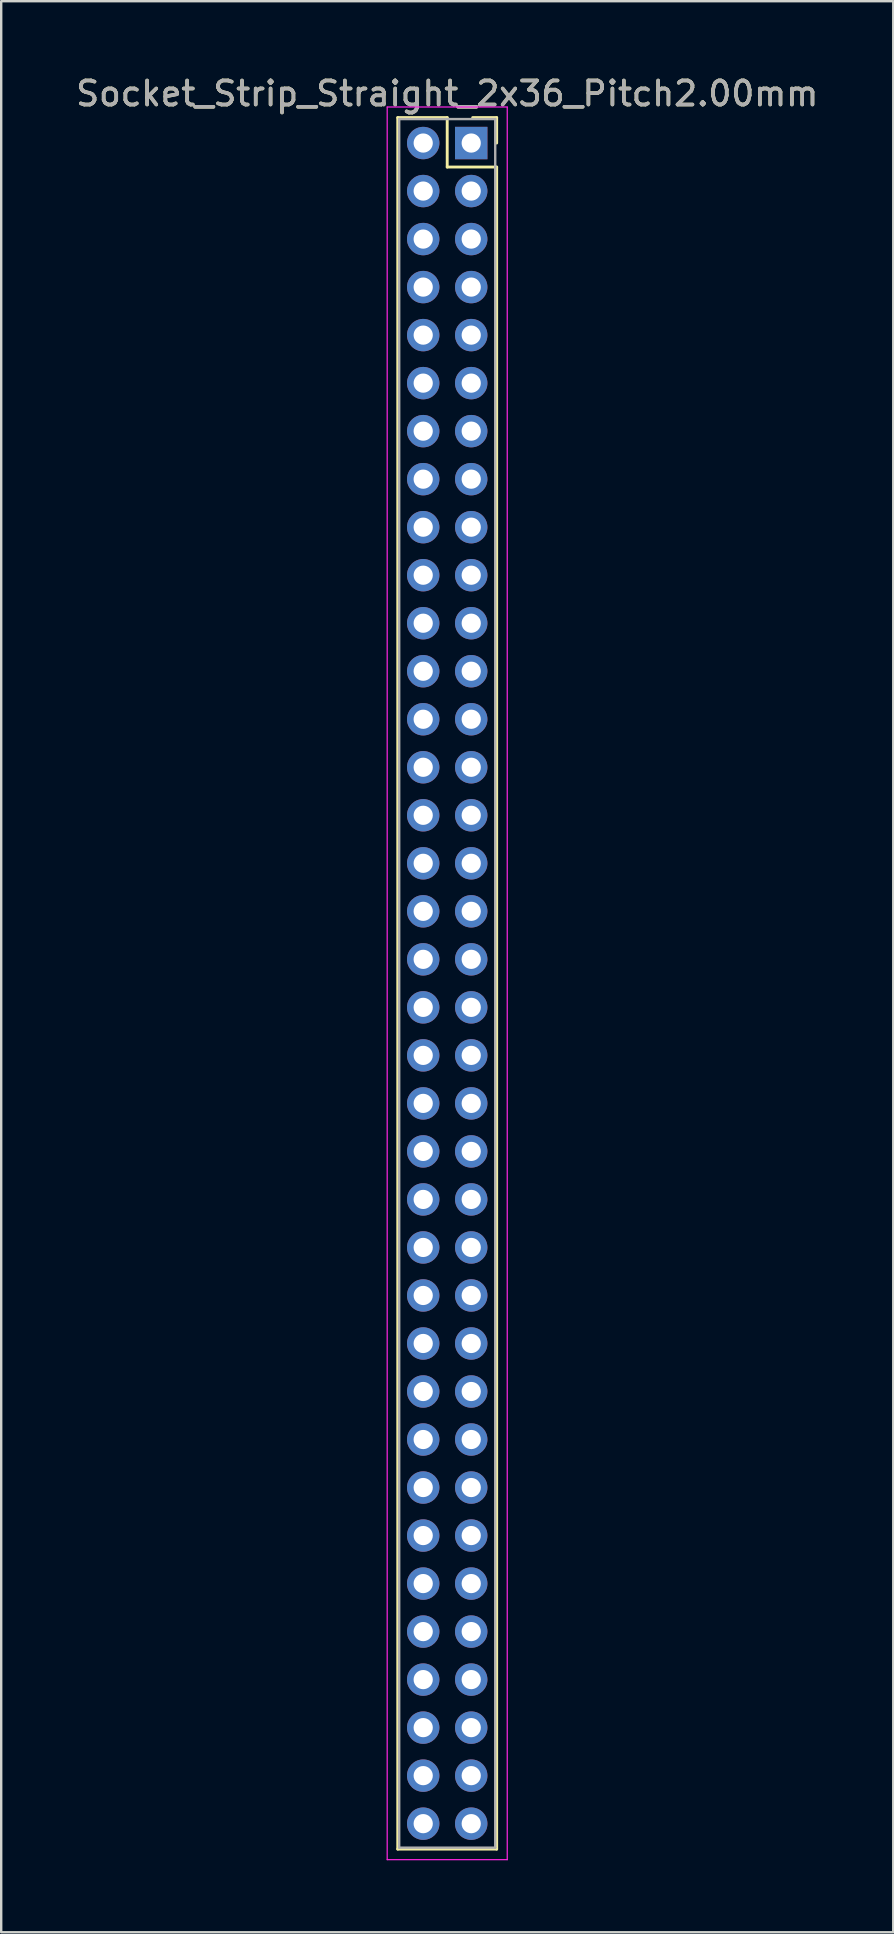
<source format=kicad_pcb>
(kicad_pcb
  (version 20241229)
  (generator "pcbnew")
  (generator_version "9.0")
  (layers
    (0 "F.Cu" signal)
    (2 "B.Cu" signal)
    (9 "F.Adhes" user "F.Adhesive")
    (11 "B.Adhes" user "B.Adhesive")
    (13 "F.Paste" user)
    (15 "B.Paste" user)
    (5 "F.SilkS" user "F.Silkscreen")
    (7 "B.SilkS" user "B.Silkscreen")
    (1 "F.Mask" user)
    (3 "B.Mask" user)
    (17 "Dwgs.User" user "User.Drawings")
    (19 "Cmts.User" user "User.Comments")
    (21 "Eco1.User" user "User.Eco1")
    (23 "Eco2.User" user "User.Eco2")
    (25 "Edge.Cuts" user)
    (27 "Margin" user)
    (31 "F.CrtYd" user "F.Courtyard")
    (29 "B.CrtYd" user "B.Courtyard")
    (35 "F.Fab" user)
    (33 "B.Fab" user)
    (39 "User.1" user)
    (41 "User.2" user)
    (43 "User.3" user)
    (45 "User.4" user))
  (footprint "Socket_Strip_Straight_2x36_Pitch2.00mm"
    (layer "F.Cu")
    (at 16.577 2.908)
    (property "Reference" "Socket_Strip_Straight_2x36_Pitch2.00mm" (at -1 -2.06 0) (layer "F.SilkS") (effects (font (size 1 1) (thickness 0.15))))
    (attr through_hole)
    (fp_line (start -3.06 -1.06) (end -1 -1.06) (stroke (width 0.12) (type solid)) (layer "F.SilkS"))
    (fp_line (start -3.06 71.06) (end -3.06 -1.06) (stroke (width 0.12) (type solid)) (layer "F.SilkS"))
    (fp_line (start -1 -1.06) (end -1 1) (stroke (width 0.12) (type solid)) (layer "F.SilkS"))
    (fp_line (start -1 1) (end 1.06 1) (stroke (width 0.12) (type solid)) (layer "F.SilkS"))
    (fp_line (start 1.06 -1.06) (end 0.06 -1.06) (stroke (width 0.12) (type solid)) (layer "F.SilkS"))
    (fp_line (start 1.06 0) (end 1.06 -1.06) (stroke (width 0.12) (type solid)) (layer "F.SilkS"))
    (fp_line (start 1.06 1) (end 1.06 71.06) (stroke (width 0.12) (type solid)) (layer "F.SilkS"))
    (fp_line (start 1.06 71.06) (end -3.06 71.06) (stroke (width 0.12) (type solid)) (layer "F.SilkS"))
    (fp_line (start -3.5 -1.5) (end -3.5 71.5) (stroke (width 0.05) (type solid)) (layer "F.CrtYd"))
    (fp_line (start -3.5 71.5) (end 1.5 71.5) (stroke (width 0.05) (type solid)) (layer "F.CrtYd"))
    (fp_line (start 1.5 -1.5) (end -3.5 -1.5) (stroke (width 0.05) (type solid)) (layer "F.CrtYd"))
    (fp_line (start 1.5 71.5) (end 1.5 -1.5) (stroke (width 0.05) (type solid)) (layer "F.CrtYd"))
    (fp_line (start -3 -1) (end -3 71) (stroke (width 0.1) (type solid)) (layer "F.Fab"))
    (fp_line (start -3 71) (end 1 71) (stroke (width 0.1) (type solid)) (layer "F.Fab"))
    (fp_line (start 1 -1) (end -3 -1) (stroke (width 0.1) (type solid)) (layer "F.Fab"))
    (fp_line (start 1 71) (end 1 -1) (stroke (width 0.1) (type solid)) (layer "F.Fab"))
    (fp_text user "${REFERENCE}" (at -1 -2.06 0) (layer "F.Fab") (effects (font (size 1 1) (thickness 0.15))))
    (pad "1" thru_hole rect (at 0 0) (size 1.35 1.35) (drill 0.8) (layers "*.Cu" "*.Mask"))
    (pad "2" thru_hole oval (at -2 0) (size 1.35 1.35) (drill 0.8) (layers "*.Cu" "*.Mask"))
    (pad "3" thru_hole oval (at 0 2) (size 1.35 1.35) (drill 0.8) (layers "*.Cu" "*.Mask"))
    (pad "4" thru_hole oval (at -2 2) (size 1.35 1.35) (drill 0.8) (layers "*.Cu" "*.Mask"))
    (pad "5" thru_hole oval (at 0 4) (size 1.35 1.35) (drill 0.8) (layers "*.Cu" "*.Mask"))
    (pad "6" thru_hole oval (at -2 4) (size 1.35 1.35) (drill 0.8) (layers "*.Cu" "*.Mask"))
    (pad "7" thru_hole oval (at 0 6) (size 1.35 1.35) (drill 0.8) (layers "*.Cu" "*.Mask"))
    (pad "8" thru_hole oval (at -2 6) (size 1.35 1.35) (drill 0.8) (layers "*.Cu" "*.Mask"))
    (pad "9" thru_hole oval (at 0 8) (size 1.35 1.35) (drill 0.8) (layers "*.Cu" "*.Mask"))
    (pad "10" thru_hole oval (at -2 8) (size 1.35 1.35) (drill 0.8) (layers "*.Cu" "*.Mask"))
    (pad "11" thru_hole oval (at 0 10) (size 1.35 1.35) (drill 0.8) (layers "*.Cu" "*.Mask"))
    (pad "12" thru_hole oval (at -2 10) (size 1.35 1.35) (drill 0.8) (layers "*.Cu" "*.Mask"))
    (pad "13" thru_hole oval (at 0 12) (size 1.35 1.35) (drill 0.8) (layers "*.Cu" "*.Mask"))
    (pad "14" thru_hole oval (at -2 12) (size 1.35 1.35) (drill 0.8) (layers "*.Cu" "*.Mask"))
    (pad "15" thru_hole oval (at 0 14) (size 1.35 1.35) (drill 0.8) (layers "*.Cu" "*.Mask"))
    (pad "16" thru_hole oval (at -2 14) (size 1.35 1.35) (drill 0.8) (layers "*.Cu" "*.Mask"))
    (pad "17" thru_hole oval (at 0 16) (size 1.35 1.35) (drill 0.8) (layers "*.Cu" "*.Mask"))
    (pad "18" thru_hole oval (at -2 16) (size 1.35 1.35) (drill 0.8) (layers "*.Cu" "*.Mask"))
    (pad "19" thru_hole oval (at 0 18) (size 1.35 1.35) (drill 0.8) (layers "*.Cu" "*.Mask"))
    (pad "20" thru_hole oval (at -2 18) (size 1.35 1.35) (drill 0.8) (layers "*.Cu" "*.Mask"))
    (pad "21" thru_hole oval (at 0 20) (size 1.35 1.35) (drill 0.8) (layers "*.Cu" "*.Mask"))
    (pad "22" thru_hole oval (at -2 20) (size 1.35 1.35) (drill 0.8) (layers "*.Cu" "*.Mask"))
    (pad "23" thru_hole oval (at 0 22) (size 1.35 1.35) (drill 0.8) (layers "*.Cu" "*.Mask"))
    (pad "24" thru_hole oval (at -2 22) (size 1.35 1.35) (drill 0.8) (layers "*.Cu" "*.Mask"))
    (pad "25" thru_hole oval (at 0 24) (size 1.35 1.35) (drill 0.8) (layers "*.Cu" "*.Mask"))
    (pad "26" thru_hole oval (at -2 24) (size 1.35 1.35) (drill 0.8) (layers "*.Cu" "*.Mask"))
    (pad "27" thru_hole oval (at 0 26) (size 1.35 1.35) (drill 0.8) (layers "*.Cu" "*.Mask"))
    (pad "28" thru_hole oval (at -2 26) (size 1.35 1.35) (drill 0.8) (layers "*.Cu" "*.Mask"))
    (pad "29" thru_hole oval (at 0 28) (size 1.35 1.35) (drill 0.8) (layers "*.Cu" "*.Mask"))
    (pad "30" thru_hole oval (at -2 28) (size 1.35 1.35) (drill 0.8) (layers "*.Cu" "*.Mask"))
    (pad "31" thru_hole oval (at 0 30) (size 1.35 1.35) (drill 0.8) (layers "*.Cu" "*.Mask"))
    (pad "32" thru_hole oval (at -2 30) (size 1.35 1.35) (drill 0.8) (layers "*.Cu" "*.Mask"))
    (pad "33" thru_hole oval (at 0 32) (size 1.35 1.35) (drill 0.8) (layers "*.Cu" "*.Mask"))
    (pad "34" thru_hole oval (at -2 32) (size 1.35 1.35) (drill 0.8) (layers "*.Cu" "*.Mask"))
    (pad "35" thru_hole oval (at 0 34) (size 1.35 1.35) (drill 0.8) (layers "*.Cu" "*.Mask"))
    (pad "36" thru_hole oval (at -2 34) (size 1.35 1.35) (drill 0.8) (layers "*.Cu" "*.Mask"))
    (pad "37" thru_hole oval (at 0 36) (size 1.35 1.35) (drill 0.8) (layers "*.Cu" "*.Mask"))
    (pad "38" thru_hole oval (at -2 36) (size 1.35 1.35) (drill 0.8) (layers "*.Cu" "*.Mask"))
    (pad "39" thru_hole oval (at 0 38) (size 1.35 1.35) (drill 0.8) (layers "*.Cu" "*.Mask"))
    (pad "40" thru_hole oval (at -2 38) (size 1.35 1.35) (drill 0.8) (layers "*.Cu" "*.Mask"))
    (pad "41" thru_hole oval (at 0 40) (size 1.35 1.35) (drill 0.8) (layers "*.Cu" "*.Mask"))
    (pad "42" thru_hole oval (at -2 40) (size 1.35 1.35) (drill 0.8) (layers "*.Cu" "*.Mask"))
    (pad "43" thru_hole oval (at 0 42) (size 1.35 1.35) (drill 0.8) (layers "*.Cu" "*.Mask"))
    (pad "44" thru_hole oval (at -2 42) (size 1.35 1.35) (drill 0.8) (layers "*.Cu" "*.Mask"))
    (pad "45" thru_hole oval (at 0 44) (size 1.35 1.35) (drill 0.8) (layers "*.Cu" "*.Mask"))
    (pad "46" thru_hole oval (at -2 44) (size 1.35 1.35) (drill 0.8) (layers "*.Cu" "*.Mask"))
    (pad "47" thru_hole oval (at 0 46) (size 1.35 1.35) (drill 0.8) (layers "*.Cu" "*.Mask"))
    (pad "48" thru_hole oval (at -2 46) (size 1.35 1.35) (drill 0.8) (layers "*.Cu" "*.Mask"))
    (pad "49" thru_hole oval (at 0 48) (size 1.35 1.35) (drill 0.8) (layers "*.Cu" "*.Mask"))
    (pad "50" thru_hole oval (at -2 48) (size 1.35 1.35) (drill 0.8) (layers "*.Cu" "*.Mask"))
    (pad "51" thru_hole oval (at 0 50) (size 1.35 1.35) (drill 0.8) (layers "*.Cu" "*.Mask"))
    (pad "52" thru_hole oval (at -2 50) (size 1.35 1.35) (drill 0.8) (layers "*.Cu" "*.Mask"))
    (pad "53" thru_hole oval (at 0 52) (size 1.35 1.35) (drill 0.8) (layers "*.Cu" "*.Mask"))
    (pad "54" thru_hole oval (at -2 52) (size 1.35 1.35) (drill 0.8) (layers "*.Cu" "*.Mask"))
    (pad "55" thru_hole oval (at 0 54) (size 1.35 1.35) (drill 0.8) (layers "*.Cu" "*.Mask"))
    (pad "56" thru_hole oval (at -2 54) (size 1.35 1.35) (drill 0.8) (layers "*.Cu" "*.Mask"))
    (pad "57" thru_hole oval (at 0 56) (size 1.35 1.35) (drill 0.8) (layers "*.Cu" "*.Mask"))
    (pad "58" thru_hole oval (at -2 56) (size 1.35 1.35) (drill 0.8) (layers "*.Cu" "*.Mask"))
    (pad "59" thru_hole oval (at 0 58) (size 1.35 1.35) (drill 0.8) (layers "*.Cu" "*.Mask"))
    (pad "60" thru_hole oval (at -2 58) (size 1.35 1.35) (drill 0.8) (layers "*.Cu" "*.Mask"))
    (pad "61" thru_hole oval (at 0 60) (size 1.35 1.35) (drill 0.8) (layers "*.Cu" "*.Mask"))
    (pad "62" thru_hole oval (at -2 60) (size 1.35 1.35) (drill 0.8) (layers "*.Cu" "*.Mask"))
    (pad "63" thru_hole oval (at 0 62) (size 1.35 1.35) (drill 0.8) (layers "*.Cu" "*.Mask"))
    (pad "64" thru_hole oval (at -2 62) (size 1.35 1.35) (drill 0.8) (layers "*.Cu" "*.Mask"))
    (pad "65" thru_hole oval (at 0 64) (size 1.35 1.35) (drill 0.8) (layers "*.Cu" "*.Mask"))
    (pad "66" thru_hole oval (at -2 64) (size 1.35 1.35) (drill 0.8) (layers "*.Cu" "*.Mask"))
    (pad "67" thru_hole oval (at 0 66) (size 1.35 1.35) (drill 0.8) (layers "*.Cu" "*.Mask"))
    (pad "68" thru_hole oval (at -2 66) (size 1.35 1.35) (drill 0.8) (layers "*.Cu" "*.Mask"))
    (pad "69" thru_hole oval (at 0 68) (size 1.35 1.35) (drill 0.8) (layers "*.Cu" "*.Mask"))
    (pad "70" thru_hole oval (at -2 68) (size 1.35 1.35) (drill 0.8) (layers "*.Cu" "*.Mask"))
    (pad "71" thru_hole oval (at 0 70) (size 1.35 1.35) (drill 0.8) (layers "*.Cu" "*.Mask"))
    (pad "72" thru_hole oval (at -2 70) (size 1.35 1.35) (drill 0.8) (layers "*.Cu" "*.Mask")))
  (gr_rect
    (start -3 -3)
    (end 34.155 77.433)
    (stroke (width 0.1) (type default))
    (fill no)
    (layer "Edge.Cuts")))
</source>
